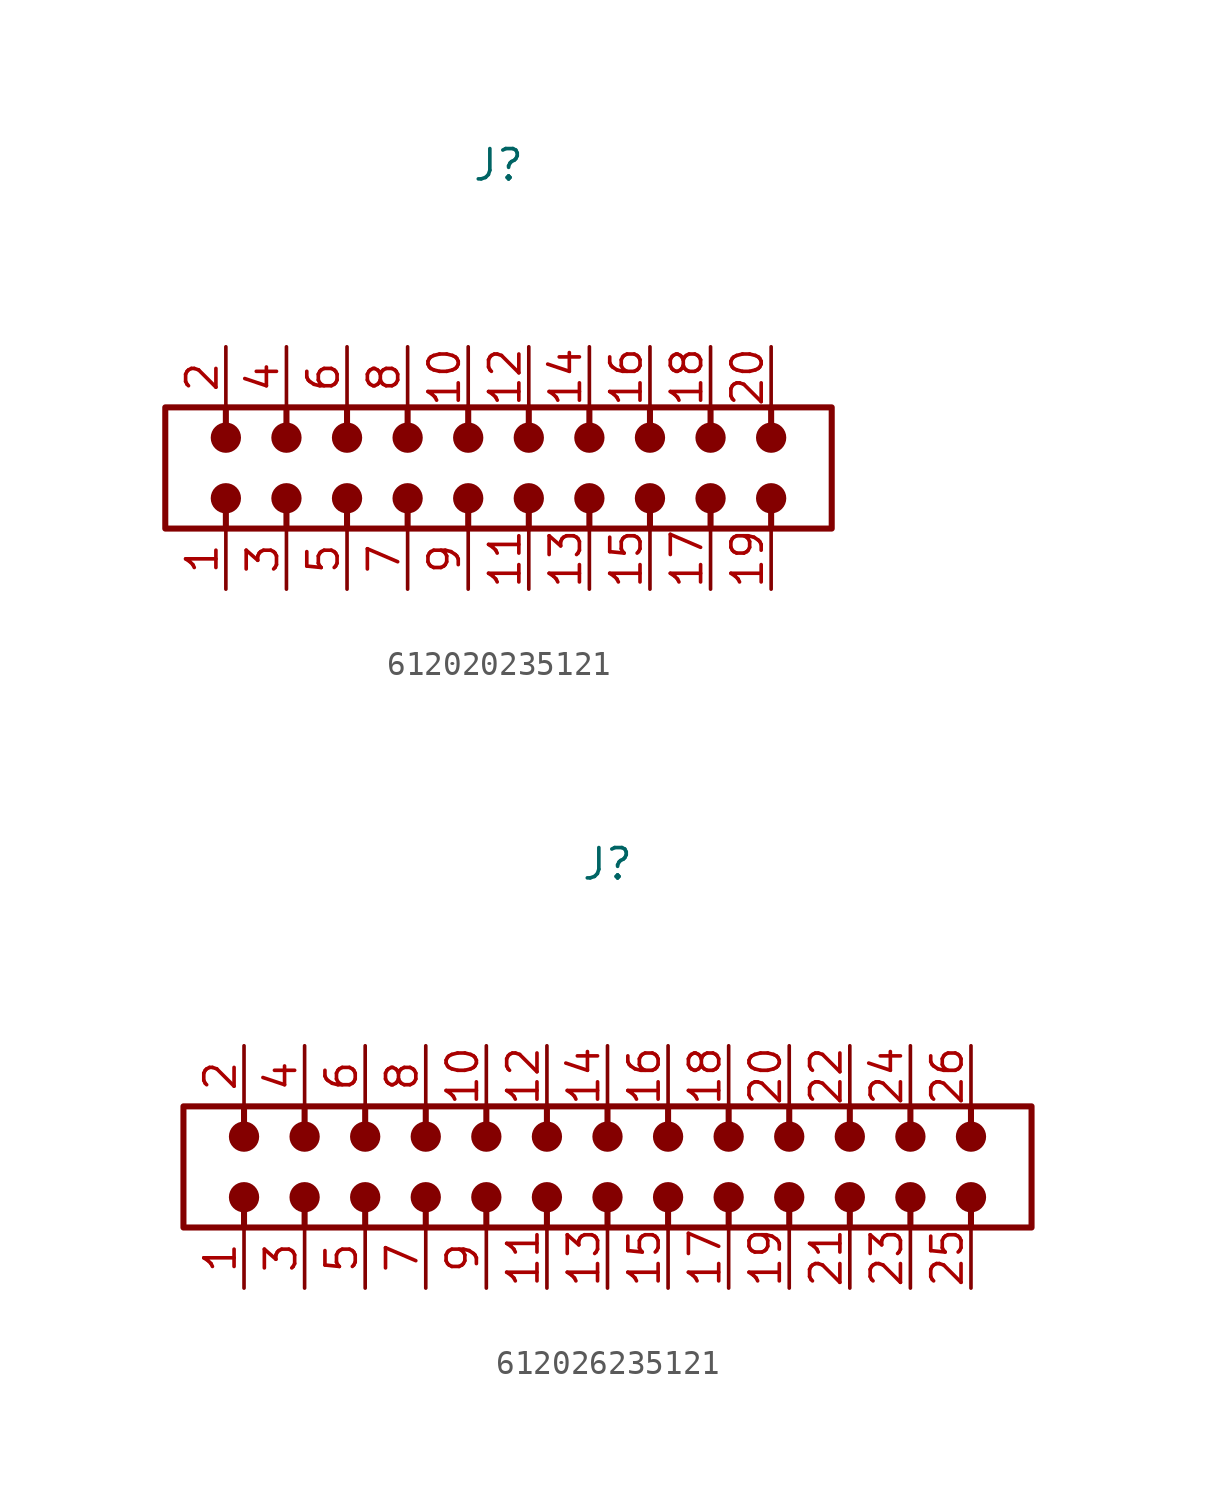
<source format=kicad_sym>
(kicad_symbol_lib
  (version 20241209)
  (generator "kicad_symbol_editor")
  (generator_version "9.0")
  (symbol "612020235121"
    (pin_names
      (hide yes))
    (property "Reference" "J"
      (at 0 12.7 0)
      (effects (font (size 1.27 1.27))))
    (symbol "612020235121_1_1"
      (rectangle (start -13.97 2.54) (end 13.97 -2.54) (stroke (width 0.254) (type solid)) (fill (type none)))
      (polyline (pts (xy -11.43 1.778) (xy -11.43 2.54)) (stroke (width 0.254) (type solid)) (fill (type none)))
      (circle (center -11.43 1.27) (radius 0.508) (stroke (width 0.254) (type solid)) (fill (type outline)))
      (circle (center -11.43 -1.27) (radius 0.508) (stroke (width 0.254) (type solid)) (fill (type outline)))
      (polyline (pts (xy -11.43 -1.778) (xy -11.43 -2.54)) (stroke (width 0.254) (type solid)) (fill (type none)))
      (polyline (pts (xy -8.89 1.778) (xy -8.89 2.54)) (stroke (width 0.254) (type solid)) (fill (type none)))
      (circle (center -8.89 1.27) (radius 0.508) (stroke (width 0.254) (type solid)) (fill (type outline)))
      (circle (center -8.89 -1.27) (radius 0.508) (stroke (width 0.254) (type solid)) (fill (type outline)))
      (polyline (pts (xy -8.89 -1.778) (xy -8.89 -2.54)) (stroke (width 0.254) (type solid)) (fill (type none)))
      (polyline (pts (xy -6.35 1.778) (xy -6.35 2.54)) (stroke (width 0.254) (type solid)) (fill (type none)))
      (circle (center -6.35 1.27) (radius 0.508) (stroke (width 0.254) (type solid)) (fill (type outline)))
      (circle (center -6.35 -1.27) (radius 0.508) (stroke (width 0.254) (type solid)) (fill (type outline)))
      (polyline (pts (xy -6.35 -1.778) (xy -6.35 -2.54)) (stroke (width 0.254) (type solid)) (fill (type none)))
      (polyline (pts (xy -3.81 1.778) (xy -3.81 2.54)) (stroke (width 0.254) (type solid)) (fill (type none)))
      (circle (center -3.81 1.27) (radius 0.508) (stroke (width 0.254) (type solid)) (fill (type outline)))
      (circle (center -3.81 -1.27) (radius 0.508) (stroke (width 0.254) (type solid)) (fill (type outline)))
      (polyline (pts (xy -3.81 -1.778) (xy -3.81 -2.54)) (stroke (width 0.254) (type solid)) (fill (type none)))
      (polyline (pts (xy -1.27 1.778) (xy -1.27 2.54)) (stroke (width 0.254) (type solid)) (fill (type none)))
      (circle (center -1.27 1.27) (radius 0.508) (stroke (width 0.254) (type solid)) (fill (type outline)))
      (circle (center -1.27 -1.27) (radius 0.508) (stroke (width 0.254) (type solid)) (fill (type outline)))
      (polyline (pts (xy -1.27 -1.778) (xy -1.27 -2.54)) (stroke (width 0.254) (type solid)) (fill (type none)))
      (polyline (pts (xy 1.27 1.778) (xy 1.27 2.54)) (stroke (width 0.254) (type solid)) (fill (type none)))
      (circle (center 1.27 1.27) (radius 0.508) (stroke (width 0.254) (type solid)) (fill (type outline)))
      (circle (center 1.27 -1.27) (radius 0.508) (stroke (width 0.254) (type solid)) (fill (type outline)))
      (polyline (pts (xy 1.27 -1.778) (xy 1.27 -2.54)) (stroke (width 0.254) (type solid)) (fill (type none)))
      (polyline (pts (xy 3.81 1.778) (xy 3.81 2.54)) (stroke (width 0.254) (type solid)) (fill (type none)))
      (circle (center 3.81 1.27) (radius 0.508) (stroke (width 0.254) (type solid)) (fill (type outline)))
      (circle (center 3.81 -1.27) (radius 0.508) (stroke (width 0.254) (type solid)) (fill (type outline)))
      (polyline (pts (xy 3.81 -1.778) (xy 3.81 -2.54)) (stroke (width 0.254) (type solid)) (fill (type none)))
      (polyline (pts (xy 6.35 1.778) (xy 6.35 2.54)) (stroke (width 0.254) (type solid)) (fill (type none)))
      (circle (center 6.35 1.27) (radius 0.508) (stroke (width 0.254) (type solid)) (fill (type outline)))
      (circle (center 6.35 -1.27) (radius 0.508) (stroke (width 0.254) (type solid)) (fill (type outline)))
      (polyline (pts (xy 6.35 -1.778) (xy 6.35 -2.54)) (stroke (width 0.254) (type solid)) (fill (type none)))
      (polyline (pts (xy 8.89 1.778) (xy 8.89 2.54)) (stroke (width 0.254) (type solid)) (fill (type none)))
      (circle (center 8.89 1.27) (radius 0.508) (stroke (width 0.254) (type solid)) (fill (type outline)))
      (circle (center 8.89 -1.27) (radius 0.508) (stroke (width 0.254) (type solid)) (fill (type outline)))
      (polyline (pts (xy 8.89 -1.778) (xy 8.89 -2.54)) (stroke (width 0.254) (type solid)) (fill (type none)))
      (polyline (pts (xy 11.43 1.778) (xy 11.43 2.54)) (stroke (width 0.254) (type solid)) (fill (type none)))
      (circle (center 11.43 1.27) (radius 0.508) (stroke (width 0.254) (type solid)) (fill (type outline)))
      (circle (center 11.43 -1.27) (radius 0.508) (stroke (width 0.254) (type solid)) (fill (type outline)))
      (polyline (pts (xy 11.43 -1.778) (xy 11.43 -2.54)) (stroke (width 0.254) (type solid)) (fill (type none)))
      (pin passive line (at -11.43 5.08 270) (length 2.54) (name "2" (effects (font (size 1.27 1.27)))) (number "2" (effects (font (size 1.27 1.27)))))
      (pin passive line (at -11.43 -5.08 90) (length 2.54) (name "1" (effects (font (size 1.27 1.27)))) (number "1" (effects (font (size 1.27 1.27)))))
      (pin passive line (at -8.89 5.08 270) (length 2.54) (name "4" (effects (font (size 1.27 1.27)))) (number "4" (effects (font (size 1.27 1.27)))))
      (pin passive line (at -8.89 -5.08 90) (length 2.54) (name "3" (effects (font (size 1.27 1.27)))) (number "3" (effects (font (size 1.27 1.27)))))
      (pin passive line (at -6.35 5.08 270) (length 2.54) (name "6" (effects (font (size 1.27 1.27)))) (number "6" (effects (font (size 1.27 1.27)))))
      (pin passive line (at -6.35 -5.08 90) (length 2.54) (name "5" (effects (font (size 1.27 1.27)))) (number "5" (effects (font (size 1.27 1.27)))))
      (pin passive line (at -3.81 5.08 270) (length 2.54) (name "8" (effects (font (size 1.27 1.27)))) (number "8" (effects (font (size 1.27 1.27)))))
      (pin passive line (at -3.81 -5.08 90) (length 2.54) (name "7" (effects (font (size 1.27 1.27)))) (number "7" (effects (font (size 1.27 1.27)))))
      (pin passive line (at -1.27 5.08 270) (length 2.54) (name "10" (effects (font (size 1.27 1.27)))) (number "10" (effects (font (size 1.27 1.27)))))
      (pin passive line (at -1.27 -5.08 90) (length 2.54) (name "9" (effects (font (size 1.27 1.27)))) (number "9" (effects (font (size 1.27 1.27)))))
      (pin passive line (at 1.27 5.08 270) (length 2.54) (name "12" (effects (font (size 1.27 1.27)))) (number "12" (effects (font (size 1.27 1.27)))))
      (pin passive line (at 1.27 -5.08 90) (length 2.54) (name "11" (effects (font (size 1.27 1.27)))) (number "11" (effects (font (size 1.27 1.27)))))
      (pin passive line (at 3.81 5.08 270) (length 2.54) (name "14" (effects (font (size 1.27 1.27)))) (number "14" (effects (font (size 1.27 1.27)))))
      (pin passive line (at 3.81 -5.08 90) (length 2.54) (name "13" (effects (font (size 1.27 1.27)))) (number "13" (effects (font (size 1.27 1.27)))))
      (pin passive line (at 6.35 5.08 270) (length 2.54) (name "16" (effects (font (size 1.27 1.27)))) (number "16" (effects (font (size 1.27 1.27)))))
      (pin passive line (at 6.35 -5.08 90) (length 2.54) (name "15" (effects (font (size 1.27 1.27)))) (number "15" (effects (font (size 1.27 1.27)))))
      (pin passive line (at 8.89 5.08 270) (length 2.54) (name "18" (effects (font (size 1.27 1.27)))) (number "18" (effects (font (size 1.27 1.27)))))
      (pin passive line (at 8.89 -5.08 90) (length 2.54) (name "17" (effects (font (size 1.27 1.27)))) (number "17" (effects (font (size 1.27 1.27)))))
      (pin passive line (at 11.43 5.08 270) (length 2.54) (name "20" (effects (font (size 1.27 1.27)))) (number "20" (effects (font (size 1.27 1.27)))))
      (pin passive line (at 11.43 -5.08 90) (length 2.54) (name "19" (effects (font (size 1.27 1.27)))) (number "19" (effects (font (size 1.27 1.27)))))))
  (symbol "612026235121"
    (pin_names
      (hide yes))
    (property "Reference" "J"
      (at 0 12.7 0)
      (effects (font (size 1.27 1.27))))
    (symbol "612026235121_1_1"
      (rectangle (start -17.78 2.54) (end 17.78 -2.54) (stroke (width 0.254) (type solid)) (fill (type none)))
      (polyline (pts (xy -15.24 1.778) (xy -15.24 2.54)) (stroke (width 0.254) (type solid)) (fill (type none)))
      (circle (center -15.24 1.27) (radius 0.508) (stroke (width 0.254) (type solid)) (fill (type outline)))
      (circle (center -15.24 -1.27) (radius 0.508) (stroke (width 0.254) (type solid)) (fill (type outline)))
      (polyline (pts (xy -15.24 -1.778) (xy -15.24 -2.54)) (stroke (width 0.254) (type solid)) (fill (type none)))
      (polyline (pts (xy -12.7 1.778) (xy -12.7 2.54)) (stroke (width 0.254) (type solid)) (fill (type none)))
      (circle (center -12.7 1.27) (radius 0.508) (stroke (width 0.254) (type solid)) (fill (type outline)))
      (circle (center -12.7 -1.27) (radius 0.508) (stroke (width 0.254) (type solid)) (fill (type outline)))
      (polyline (pts (xy -12.7 -1.778) (xy -12.7 -2.54)) (stroke (width 0.254) (type solid)) (fill (type none)))
      (polyline (pts (xy -10.16 1.778) (xy -10.16 2.54)) (stroke (width 0.254) (type solid)) (fill (type none)))
      (circle (center -10.16 1.27) (radius 0.508) (stroke (width 0.254) (type solid)) (fill (type outline)))
      (circle (center -10.16 -1.27) (radius 0.508) (stroke (width 0.254) (type solid)) (fill (type outline)))
      (polyline (pts (xy -10.16 -1.778) (xy -10.16 -2.54)) (stroke (width 0.254) (type solid)) (fill (type none)))
      (polyline (pts (xy -7.62 1.778) (xy -7.62 2.54)) (stroke (width 0.254) (type solid)) (fill (type none)))
      (circle (center -7.62 1.27) (radius 0.508) (stroke (width 0.254) (type solid)) (fill (type outline)))
      (circle (center -7.62 -1.27) (radius 0.508) (stroke (width 0.254) (type solid)) (fill (type outline)))
      (polyline (pts (xy -7.62 -1.778) (xy -7.62 -2.54)) (stroke (width 0.254) (type solid)) (fill (type none)))
      (polyline (pts (xy -5.08 1.778) (xy -5.08 2.54)) (stroke (width 0.254) (type solid)) (fill (type none)))
      (circle (center -5.08 1.27) (radius 0.508) (stroke (width 0.254) (type solid)) (fill (type outline)))
      (circle (center -5.08 -1.27) (radius 0.508) (stroke (width 0.254) (type solid)) (fill (type outline)))
      (polyline (pts (xy -5.08 -1.778) (xy -5.08 -2.54)) (stroke (width 0.254) (type solid)) (fill (type none)))
      (polyline (pts (xy -2.54 1.778) (xy -2.54 2.54)) (stroke (width 0.254) (type solid)) (fill (type none)))
      (circle (center -2.54 1.27) (radius 0.508) (stroke (width 0.254) (type solid)) (fill (type outline)))
      (circle (center -2.54 -1.27) (radius 0.508) (stroke (width 0.254) (type solid)) (fill (type outline)))
      (polyline (pts (xy -2.54 -1.778) (xy -2.54 -2.54)) (stroke (width 0.254) (type solid)) (fill (type none)))
      (polyline (pts (xy 0 1.778) (xy 0 2.54)) (stroke (width 0.254) (type solid)) (fill (type none)))
      (circle (center 0 1.27) (radius 0.508) (stroke (width 0.254) (type solid)) (fill (type outline)))
      (circle (center 0 -1.27) (radius 0.508) (stroke (width 0.254) (type solid)) (fill (type outline)))
      (polyline (pts (xy 0 -1.778) (xy 0 -2.54)) (stroke (width 0.254) (type solid)) (fill (type none)))
      (polyline (pts (xy 2.54 1.778) (xy 2.54 2.54)) (stroke (width 0.254) (type solid)) (fill (type none)))
      (circle (center 2.54 1.27) (radius 0.508) (stroke (width 0.254) (type solid)) (fill (type outline)))
      (circle (center 2.54 -1.27) (radius 0.508) (stroke (width 0.254) (type solid)) (fill (type outline)))
      (polyline (pts (xy 2.54 -1.778) (xy 2.54 -2.54)) (stroke (width 0.254) (type solid)) (fill (type none)))
      (polyline (pts (xy 5.08 1.778) (xy 5.08 2.54)) (stroke (width 0.254) (type solid)) (fill (type none)))
      (circle (center 5.08 1.27) (radius 0.508) (stroke (width 0.254) (type solid)) (fill (type outline)))
      (circle (center 5.08 -1.27) (radius 0.508) (stroke (width 0.254) (type solid)) (fill (type outline)))
      (polyline (pts (xy 5.08 -1.778) (xy 5.08 -2.54)) (stroke (width 0.254) (type solid)) (fill (type none)))
      (polyline (pts (xy 7.62 1.778) (xy 7.62 2.54)) (stroke (width 0.254) (type solid)) (fill (type none)))
      (circle (center 7.62 1.27) (radius 0.508) (stroke (width 0.254) (type solid)) (fill (type outline)))
      (circle (center 7.62 -1.27) (radius 0.508) (stroke (width 0.254) (type solid)) (fill (type outline)))
      (polyline (pts (xy 7.62 -1.778) (xy 7.62 -2.54)) (stroke (width 0.254) (type solid)) (fill (type none)))
      (polyline (pts (xy 10.16 1.778) (xy 10.16 2.54)) (stroke (width 0.254) (type solid)) (fill (type none)))
      (circle (center 10.16 1.27) (radius 0.508) (stroke (width 0.254) (type solid)) (fill (type outline)))
      (circle (center 10.16 -1.27) (radius 0.508) (stroke (width 0.254) (type solid)) (fill (type outline)))
      (polyline (pts (xy 10.16 -1.778) (xy 10.16 -2.54)) (stroke (width 0.254) (type solid)) (fill (type none)))
      (polyline (pts (xy 12.7 1.778) (xy 12.7 2.54)) (stroke (width 0.254) (type solid)) (fill (type none)))
      (circle (center 12.7 1.27) (radius 0.508) (stroke (width 0.254) (type solid)) (fill (type outline)))
      (circle (center 12.7 -1.27) (radius 0.508) (stroke (width 0.254) (type solid)) (fill (type outline)))
      (polyline (pts (xy 12.7 -1.778) (xy 12.7 -2.54)) (stroke (width 0.254) (type solid)) (fill (type none)))
      (polyline (pts (xy 15.24 1.778) (xy 15.24 2.54)) (stroke (width 0.254) (type solid)) (fill (type none)))
      (circle (center 15.24 1.27) (radius 0.508) (stroke (width 0.254) (type solid)) (fill (type outline)))
      (circle (center 15.24 -1.27) (radius 0.508) (stroke (width 0.254) (type solid)) (fill (type outline)))
      (polyline (pts (xy 15.24 -1.778) (xy 15.24 -2.54)) (stroke (width 0.254) (type solid)) (fill (type none)))
      (pin passive line (at -15.24 5.08 270) (length 2.54) (name "2" (effects (font (size 1.27 1.27)))) (number "2" (effects (font (size 1.27 1.27)))))
      (pin passive line (at -15.24 -5.08 90) (length 2.54) (name "1" (effects (font (size 1.27 1.27)))) (number "1" (effects (font (size 1.27 1.27)))))
      (pin passive line (at -12.7 5.08 270) (length 2.54) (name "4" (effects (font (size 1.27 1.27)))) (number "4" (effects (font (size 1.27 1.27)))))
      (pin passive line (at -12.7 -5.08 90) (length 2.54) (name "3" (effects (font (size 1.27 1.27)))) (number "3" (effects (font (size 1.27 1.27)))))
      (pin passive line (at -10.16 5.08 270) (length 2.54) (name "6" (effects (font (size 1.27 1.27)))) (number "6" (effects (font (size 1.27 1.27)))))
      (pin passive line (at -10.16 -5.08 90) (length 2.54) (name "5" (effects (font (size 1.27 1.27)))) (number "5" (effects (font (size 1.27 1.27)))))
      (pin passive line (at -7.62 5.08 270) (length 2.54) (name "8" (effects (font (size 1.27 1.27)))) (number "8" (effects (font (size 1.27 1.27)))))
      (pin passive line (at -7.62 -5.08 90) (length 2.54) (name "7" (effects (font (size 1.27 1.27)))) (number "7" (effects (font (size 1.27 1.27)))))
      (pin passive line (at -5.08 5.08 270) (length 2.54) (name "10" (effects (font (size 1.27 1.27)))) (number "10" (effects (font (size 1.27 1.27)))))
      (pin passive line (at -5.08 -5.08 90) (length 2.54) (name "9" (effects (font (size 1.27 1.27)))) (number "9" (effects (font (size 1.27 1.27)))))
      (pin passive line (at -2.54 5.08 270) (length 2.54) (name "12" (effects (font (size 1.27 1.27)))) (number "12" (effects (font (size 1.27 1.27)))))
      (pin passive line (at -2.54 -5.08 90) (length 2.54) (name "11" (effects (font (size 1.27 1.27)))) (number "11" (effects (font (size 1.27 1.27)))))
      (pin passive line (at 0 5.08 270) (length 2.54) (name "14" (effects (font (size 1.27 1.27)))) (number "14" (effects (font (size 1.27 1.27)))))
      (pin passive line (at 0 -5.08 90) (length 2.54) (name "13" (effects (font (size 1.27 1.27)))) (number "13" (effects (font (size 1.27 1.27)))))
      (pin passive line (at 2.54 5.08 270) (length 2.54) (name "16" (effects (font (size 1.27 1.27)))) (number "16" (effects (font (size 1.27 1.27)))))
      (pin passive line (at 2.54 -5.08 90) (length 2.54) (name "15" (effects (font (size 1.27 1.27)))) (number "15" (effects (font (size 1.27 1.27)))))
      (pin passive line (at 5.08 5.08 270) (length 2.54) (name "18" (effects (font (size 1.27 1.27)))) (number "18" (effects (font (size 1.27 1.27)))))
      (pin passive line (at 5.08 -5.08 90) (length 2.54) (name "17" (effects (font (size 1.27 1.27)))) (number "17" (effects (font (size 1.27 1.27)))))
      (pin passive line (at 7.62 5.08 270) (length 2.54) (name "20" (effects (font (size 1.27 1.27)))) (number "20" (effects (font (size 1.27 1.27)))))
      (pin passive line (at 7.62 -5.08 90) (length 2.54) (name "19" (effects (font (size 1.27 1.27)))) (number "19" (effects (font (size 1.27 1.27)))))
      (pin passive line (at 10.16 5.08 270) (length 2.54) (name "22" (effects (font (size 1.27 1.27)))) (number "22" (effects (font (size 1.27 1.27)))))
      (pin passive line (at 10.16 -5.08 90) (length 2.54) (name "21" (effects (font (size 1.27 1.27)))) (number "21" (effects (font (size 1.27 1.27)))))
      (pin passive line (at 12.7 5.08 270) (length 2.54) (name "24" (effects (font (size 1.27 1.27)))) (number "24" (effects (font (size 1.27 1.27)))))
      (pin passive line (at 12.7 -5.08 90) (length 2.54) (name "23" (effects (font (size 1.27 1.27)))) (number "23" (effects (font (size 1.27 1.27)))))
      (pin passive line (at 15.24 5.08 270) (length 2.54) (name "26" (effects (font (size 1.27 1.27)))) (number "26" (effects (font (size 1.27 1.27)))))
      (pin passive line (at 15.24 -5.08 90) (length 2.54) (name "25" (effects (font (size 1.27 1.27)))) (number "25" (effects (font (size 1.27 1.27))))))))
</source>
